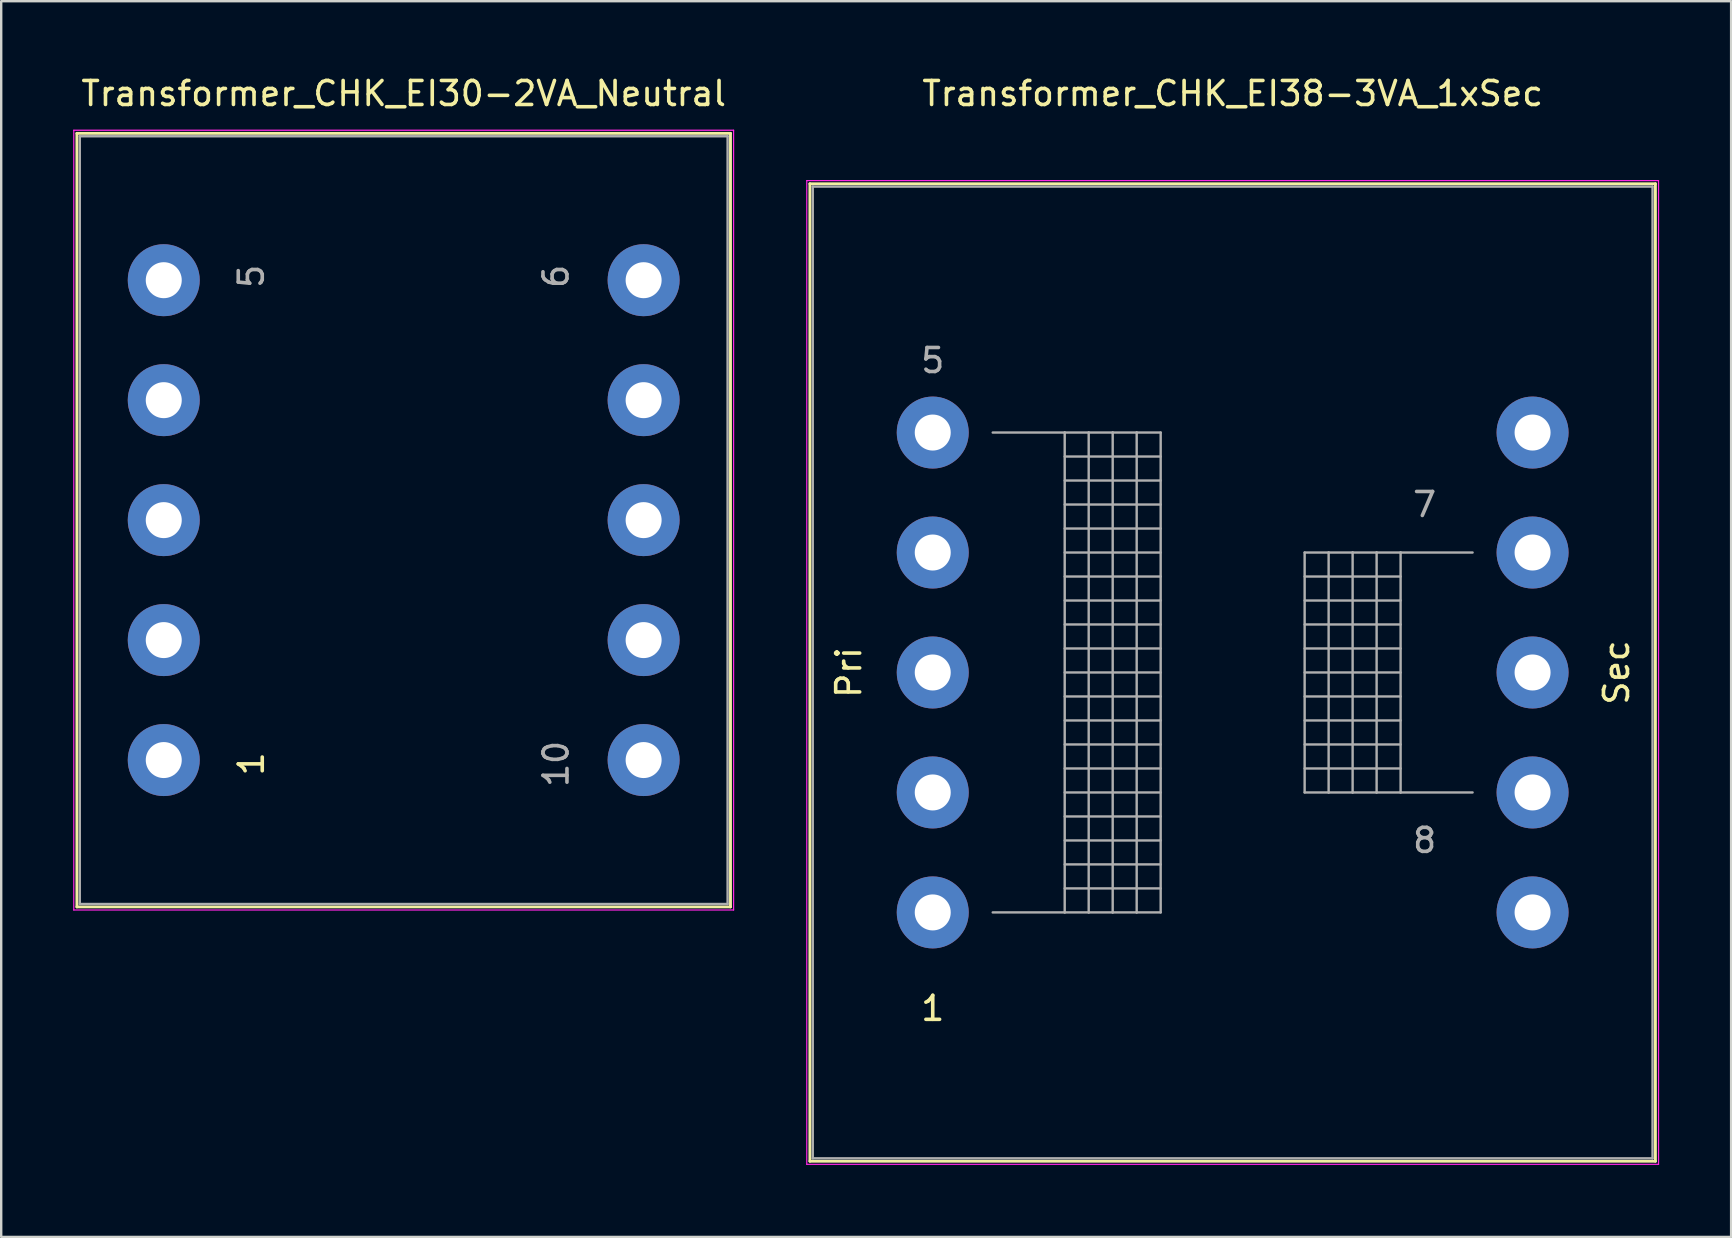
<source format=kicad_pcb>
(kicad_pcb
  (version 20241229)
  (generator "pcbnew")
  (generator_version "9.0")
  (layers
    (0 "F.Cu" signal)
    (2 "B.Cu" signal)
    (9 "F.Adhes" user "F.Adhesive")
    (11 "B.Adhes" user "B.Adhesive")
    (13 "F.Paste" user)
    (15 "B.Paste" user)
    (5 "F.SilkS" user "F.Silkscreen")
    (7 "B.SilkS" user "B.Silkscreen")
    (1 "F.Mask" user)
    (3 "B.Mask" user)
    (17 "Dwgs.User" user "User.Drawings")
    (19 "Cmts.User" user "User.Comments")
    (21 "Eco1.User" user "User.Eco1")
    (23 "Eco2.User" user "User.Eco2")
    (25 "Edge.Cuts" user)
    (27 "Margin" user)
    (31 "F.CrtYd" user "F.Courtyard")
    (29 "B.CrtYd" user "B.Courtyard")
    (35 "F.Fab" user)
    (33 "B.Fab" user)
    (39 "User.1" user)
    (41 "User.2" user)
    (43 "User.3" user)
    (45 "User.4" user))
  (footprint "Transformer_CHK_EI30-2VA_Neutral"
    (layer "F.Cu")
    (at 3.775 28.628)
    (property "Reference" "Transformer_CHK_EI30-2VA_Neutral" (at 10 -27.78 0) (layer "F.SilkS") (effects (font (size 1 1) (thickness 0.15))))
    (attr through_hole)
    (fp_line (start -3.62 -26.12) (end -3.62 6.12) (stroke (width 0.12) (type solid)) (layer "F.SilkS"))
    (fp_line (start -3.62 -26.12) (end 23.62 -26.12) (stroke (width 0.12) (type solid)) (layer "F.SilkS"))
    (fp_line (start 23.62 6.12) (end -3.62 6.12) (stroke (width 0.12) (type solid)) (layer "F.SilkS"))
    (fp_line (start 23.62 6.12) (end 23.62 -26.12) (stroke (width 0.12) (type solid)) (layer "F.SilkS"))
    (fp_line (start -3.75 -26.25) (end -3.75 6.25) (stroke (width 0.05) (type solid)) (layer "F.CrtYd"))
    (fp_line (start -3.75 -26.25) (end 23.75 -26.25) (stroke (width 0.05) (type solid)) (layer "F.CrtYd"))
    (fp_line (start 23.75 6.25) (end -3.75 6.25) (stroke (width 0.05) (type solid)) (layer "F.CrtYd"))
    (fp_line (start 23.75 6.25) (end 23.75 -26.25) (stroke (width 0.05) (type solid)) (layer "F.CrtYd"))
    (fp_line (start -3.5 -26) (end -3.5 6) (stroke (width 0.1) (type solid)) (layer "F.Fab"))
    (fp_line (start -3.5 6) (end 23.5 6) (stroke (width 0.1) (type solid)) (layer "F.Fab"))
    (fp_line (start 23.5 -26) (end -3.5 -26) (stroke (width 0.1) (type solid)) (layer "F.Fab"))
    (fp_line (start 23.5 6) (end 23.5 -26) (stroke (width 0.1) (type solid)) (layer "F.Fab"))
    (fp_text user "1" (at 3.65 0.16 90) (layer "F.SilkS") (effects (font (size 1 1) (thickness 0.15))))
    (fp_text user "10" (at 16.35 0.16 90) (layer "F.Fab") (effects (font (size 1 1) (thickness 0.15))))
    (fp_text user "6" (at 16.35 -20.16 90) (layer "F.Fab") (effects (font (size 1 1) (thickness 0.15))))
    (fp_text user "5" (at 3.65 -20.16 90) (layer "F.Fab") (effects (font (size 1 1) (thickness 0.15))))
    (pad "1" thru_hole circle (at 0 0) (size 3 3) (drill 1.5) (layers "*.Cu" "*.Mask"))
    (pad "2" thru_hole circle (at 0 -5) (size 3 3) (drill 1.5) (layers "*.Cu" "*.Mask"))
    (pad "3" thru_hole circle (at 0 -10) (size 3 3) (drill 1.5) (layers "*.Cu" "*.Mask"))
    (pad "4" thru_hole circle (at 0 -15) (size 3 3) (drill 1.5) (layers "*.Cu" "*.Mask"))
    (pad "5" thru_hole circle (at 0 -20) (size 3 3) (drill 1.5) (layers "*.Cu" "*.Mask"))
    (pad "6" thru_hole circle (at 20 -20) (size 3 3) (drill 1.5) (layers "*.Cu" "*.Mask"))
    (pad "7" thru_hole circle (at 20 -15) (size 3 3) (drill 1.5) (layers "*.Cu" "*.Mask"))
    (pad "8" thru_hole circle (at 20 -10) (size 3 3) (drill 1.5) (layers "*.Cu" "*.Mask"))
    (pad "9" thru_hole circle (at 20 -5) (size 3 3) (drill 1.5) (layers "*.Cu" "*.Mask"))
    (pad "10" thru_hole circle (at 20 0) (size 3 3) (drill 1.5) (layers "*.Cu" "*.Mask")))
  (footprint "Transformer_CHK_EI38-3VA_1xSec"
    (layer "F.Cu")
    (at 35.825 34.978)
    (property "Reference" "Transformer_CHK_EI38-3VA_1xSec" (at 12.5 -34.13 0) (layer "F.SilkS") (effects (font (size 1 1) (thickness 0.15))))
    (attr through_hole)
    (fp_line (start -5.12 -30.37) (end -5.12 10.37) (stroke (width 0.12) (type solid)) (layer "F.SilkS"))
    (fp_line (start -5.12 -30.37) (end 30.12 -30.37) (stroke (width 0.12) (type solid)) (layer "F.SilkS"))
    (fp_line (start 30.12 10.37) (end -5.12 10.37) (stroke (width 0.12) (type solid)) (layer "F.SilkS"))
    (fp_line (start 30.12 10.37) (end 30.12 -30.37) (stroke (width 0.12) (type solid)) (layer "F.SilkS"))
    (fp_line (start -5.25 -30.5) (end -5.25 10.5) (stroke (width 0.05) (type solid)) (layer "F.CrtYd"))
    (fp_line (start -5.25 -30.5) (end 30.25 -30.5) (stroke (width 0.05) (type solid)) (layer "F.CrtYd"))
    (fp_line (start 30.25 10.5) (end -5.25 10.5) (stroke (width 0.05) (type solid)) (layer "F.CrtYd"))
    (fp_line (start 30.25 10.5) (end 30.25 -30.5) (stroke (width 0.05) (type solid)) (layer "F.CrtYd"))
    (fp_line (start -5 -30.25) (end -5 10.25) (stroke (width 0.1) (type solid)) (layer "F.Fab"))
    (fp_line (start -5 10.25) (end 30 10.25) (stroke (width 0.1) (type solid)) (layer "F.Fab"))
    (fp_line (start 2.5 -20) (end 5.5 -20) (stroke (width 0.1) (type solid)) (layer "F.Fab"))
    (fp_line (start 5.5 -20) (end 5.5 0) (stroke (width 0.1) (type solid)) (layer "F.Fab"))
    (fp_line (start 5.5 -20) (end 6.5 -20) (stroke (width 0.1) (type solid)) (layer "F.Fab"))
    (fp_line (start 5.5 -19) (end 9.5 -19) (stroke (width 0.1) (type solid)) (layer "F.Fab"))
    (fp_line (start 5.5 -18) (end 9.5 -18) (stroke (width 0.1) (type solid)) (layer "F.Fab"))
    (fp_line (start 5.5 -17) (end 9.5 -17) (stroke (width 0.1) (type solid)) (layer "F.Fab"))
    (fp_line (start 5.5 -16) (end 9.5 -16) (stroke (width 0.1) (type solid)) (layer "F.Fab"))
    (fp_line (start 5.5 -15) (end 9.5 -15) (stroke (width 0.1) (type solid)) (layer "F.Fab"))
    (fp_line (start 5.5 -14) (end 9.5 -14) (stroke (width 0.1) (type solid)) (layer "F.Fab"))
    (fp_line (start 5.5 -13) (end 9.5 -13) (stroke (width 0.1) (type solid)) (layer "F.Fab"))
    (fp_line (start 5.5 -12) (end 9.5 -12) (stroke (width 0.1) (type solid)) (layer "F.Fab"))
    (fp_line (start 5.5 -11) (end 9.5 -11) (stroke (width 0.1) (type solid)) (layer "F.Fab"))
    (fp_line (start 5.5 -10) (end 9.5 -10) (stroke (width 0.1) (type solid)) (layer "F.Fab"))
    (fp_line (start 5.5 -9) (end 9.5 -9) (stroke (width 0.1) (type solid)) (layer "F.Fab"))
    (fp_line (start 5.5 -8) (end 9.5 -8) (stroke (width 0.1) (type solid)) (layer "F.Fab"))
    (fp_line (start 5.5 -7) (end 9.5 -7) (stroke (width 0.1) (type solid)) (layer "F.Fab"))
    (fp_line (start 5.5 -6) (end 9.5 -6) (stroke (width 0.1) (type solid)) (layer "F.Fab"))
    (fp_line (start 5.5 -5) (end 9.5 -5) (stroke (width 0.1) (type solid)) (layer "F.Fab"))
    (fp_line (start 5.5 -4) (end 9.5 -4) (stroke (width 0.1) (type solid)) (layer "F.Fab"))
    (fp_line (start 5.5 -3) (end 9.5 -3) (stroke (width 0.1) (type solid)) (layer "F.Fab"))
    (fp_line (start 5.5 -2) (end 9.5 -2) (stroke (width 0.1) (type solid)) (layer "F.Fab"))
    (fp_line (start 5.5 -1) (end 9.5 -1) (stroke (width 0.1) (type solid)) (layer "F.Fab"))
    (fp_line (start 5.5 0) (end 2.5 0) (stroke (width 0.1) (type solid)) (layer "F.Fab"))
    (fp_line (start 6.5 -20) (end 6.5 0) (stroke (width 0.1) (type solid)) (layer "F.Fab"))
    (fp_line (start 6.5 -20) (end 7.5 -20) (stroke (width 0.1) (type solid)) (layer "F.Fab"))
    (fp_line (start 6.5 0) (end 5.5 0) (stroke (width 0.1) (type solid)) (layer "F.Fab"))
    (fp_line (start 7.5 -20) (end 7.5 0) (stroke (width 0.1) (type solid)) (layer "F.Fab"))
    (fp_line (start 7.5 -20) (end 8.5 -20) (stroke (width 0.1) (type solid)) (layer "F.Fab"))
    (fp_line (start 7.5 0) (end 6.5 0) (stroke (width 0.1) (type solid)) (layer "F.Fab"))
    (fp_line (start 8.5 -20) (end 8.5 0) (stroke (width 0.1) (type solid)) (layer "F.Fab"))
    (fp_line (start 8.5 -20) (end 9.5 -20) (stroke (width 0.1) (type solid)) (layer "F.Fab"))
    (fp_line (start 8.5 0) (end 7.5 0) (stroke (width 0.1) (type solid)) (layer "F.Fab"))
    (fp_line (start 9.5 -20) (end 9.5 0) (stroke (width 0.1) (type solid)) (layer "F.Fab"))
    (fp_line (start 9.5 0) (end 8.5 0) (stroke (width 0.1) (type solid)) (layer "F.Fab"))
    (fp_line (start 15.5 -15) (end 15.5 -5) (stroke (width 0.1) (type solid)) (layer "F.Fab"))
    (fp_line (start 15.5 -14) (end 19.5 -14) (stroke (width 0.1) (type solid)) (layer "F.Fab"))
    (fp_line (start 15.5 -12) (end 19.5 -12) (stroke (width 0.1) (type solid)) (layer "F.Fab"))
    (fp_line (start 15.5 -10) (end 19.5 -10) (stroke (width 0.1) (type solid)) (layer "F.Fab"))
    (fp_line (start 15.5 -8) (end 19.5 -8) (stroke (width 0.1) (type solid)) (layer "F.Fab"))
    (fp_line (start 15.5 -6) (end 19.5 -6) (stroke (width 0.1) (type solid)) (layer "F.Fab"))
    (fp_line (start 15.5 -5) (end 16.5 -5) (stroke (width 0.1) (type solid)) (layer "F.Fab"))
    (fp_line (start 16.5 -15) (end 15.5 -15) (stroke (width 0.1) (type solid)) (layer "F.Fab"))
    (fp_line (start 16.5 -15) (end 16.5 -5) (stroke (width 0.1) (type solid)) (layer "F.Fab"))
    (fp_line (start 16.5 -5) (end 17.5 -5) (stroke (width 0.1) (type solid)) (layer "F.Fab"))
    (fp_line (start 17.5 -15) (end 16.5 -15) (stroke (width 0.1) (type solid)) (layer "F.Fab"))
    (fp_line (start 17.5 -15) (end 17.5 -5) (stroke (width 0.1) (type solid)) (layer "F.Fab"))
    (fp_line (start 17.5 -5) (end 18.5 -5) (stroke (width 0.1) (type solid)) (layer "F.Fab"))
    (fp_line (start 18.5 -15) (end 17.5 -15) (stroke (width 0.1) (type solid)) (layer "F.Fab"))
    (fp_line (start 18.5 -15) (end 18.5 -5) (stroke (width 0.1) (type solid)) (layer "F.Fab"))
    (fp_line (start 18.5 -5) (end 19.5 -5) (stroke (width 0.1) (type solid)) (layer "F.Fab"))
    (fp_line (start 19.5 -15) (end 18.5 -15) (stroke (width 0.1) (type solid)) (layer "F.Fab"))
    (fp_line (start 19.5 -15) (end 19.5 -5) (stroke (width 0.1) (type solid)) (layer "F.Fab"))
    (fp_line (start 19.5 -13) (end 15.5 -13) (stroke (width 0.1) (type solid)) (layer "F.Fab"))
    (fp_line (start 19.5 -11) (end 15.5 -11) (stroke (width 0.1) (type solid)) (layer "F.Fab"))
    (fp_line (start 19.5 -9) (end 15.5 -9) (stroke (width 0.1) (type solid)) (layer "F.Fab"))
    (fp_line (start 19.5 -7) (end 15.5 -7) (stroke (width 0.1) (type solid)) (layer "F.Fab"))
    (fp_line (start 19.5 -5) (end 22.5 -5) (stroke (width 0.1) (type solid)) (layer "F.Fab"))
    (fp_line (start 22.5 -15) (end 19.5 -15) (stroke (width 0.1) (type solid)) (layer "F.Fab"))
    (fp_line (start 30 -30.25) (end -5 -30.25) (stroke (width 0.1) (type solid)) (layer "F.Fab"))
    (fp_line (start 30 10.25) (end 30 -30.25) (stroke (width 0.1) (type solid)) (layer "F.Fab"))
    (fp_text user "Pri" (at -3.5 -10 90) (layer "F.SilkS") (effects (font (size 1 1) (thickness 0.15))))
    (fp_text user "Sec" (at 28.5 -10 90) (layer "F.SilkS") (effects (font (size 1 1) (thickness 0.15))))
    (fp_text user "1" (at 0 4 0) (layer "F.SilkS") (effects (font (size 1 1) (thickness 0.15))))
    (fp_text user "7" (at 20.5 -17 0) (layer "F.Fab") (effects (font (size 1 1) (thickness 0.15))))
    (fp_text user "5" (at 0 -23 0) (layer "F.Fab") (effects (font (size 1 1) (thickness 0.15))))
    (fp_text user "8" (at 20.5 -3 0) (layer "F.Fab") (effects (font (size 1 1) (thickness 0.15))))
    (pad "1" thru_hole circle (at 0 0) (size 3 3) (drill 1.5) (layers "*.Cu" "*.Mask"))
    (pad "2" thru_hole circle (at 0 -5) (size 3 3) (drill 1.5) (layers "*.Cu" "*.Mask"))
    (pad "3" thru_hole circle (at 0 -10) (size 3 3) (drill 1.5) (layers "*.Cu" "*.Mask"))
    (pad "4" thru_hole circle (at 0 -15) (size 3 3) (drill 1.5) (layers "*.Cu" "*.Mask"))
    (pad "5" thru_hole circle (at 0 -20) (size 3 3) (drill 1.5) (layers "*.Cu" "*.Mask"))
    (pad "6" thru_hole circle (at 25 -20) (size 3 3) (drill 1.5) (layers "*.Cu" "*.Mask"))
    (pad "7" thru_hole circle (at 25 -15) (size 3 3) (drill 1.5) (layers "*.Cu" "*.Mask"))
    (pad "8" thru_hole circle (at 25 -10) (size 3 3) (drill 1.5) (layers "*.Cu" "*.Mask"))
    (pad "9" thru_hole circle (at 25 -5) (size 3 3) (drill 1.5) (layers "*.Cu" "*.Mask"))
    (pad "10" thru_hole circle (at 25 0) (size 3 3) (drill 1.5) (layers "*.Cu" "*.Mask")))
  (gr_rect
    (start -3 -3)
    (end 69.1 48.503)
    (stroke (width 0.1) (type default))
    (fill no)
    (layer "Edge.Cuts")))
</source>
